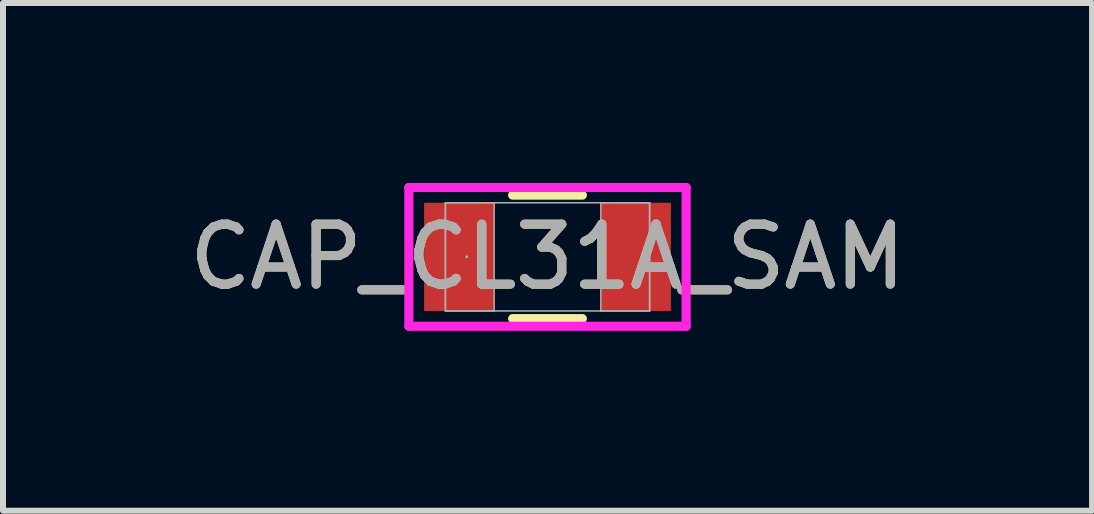
<source format=kicad_pcb>
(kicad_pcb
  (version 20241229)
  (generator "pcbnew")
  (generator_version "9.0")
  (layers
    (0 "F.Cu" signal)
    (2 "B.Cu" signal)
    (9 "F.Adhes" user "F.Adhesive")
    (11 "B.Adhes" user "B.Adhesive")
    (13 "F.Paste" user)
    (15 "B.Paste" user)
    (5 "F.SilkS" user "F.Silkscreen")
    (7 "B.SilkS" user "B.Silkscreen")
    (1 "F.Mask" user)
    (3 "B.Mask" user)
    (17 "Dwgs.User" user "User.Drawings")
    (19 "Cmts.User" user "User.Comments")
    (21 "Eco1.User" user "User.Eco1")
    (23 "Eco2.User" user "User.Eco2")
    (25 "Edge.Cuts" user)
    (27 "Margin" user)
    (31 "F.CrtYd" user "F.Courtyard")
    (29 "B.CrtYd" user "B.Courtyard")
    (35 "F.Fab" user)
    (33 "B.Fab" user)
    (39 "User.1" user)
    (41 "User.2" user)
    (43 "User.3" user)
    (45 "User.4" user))
  (footprint "CAP_CL31A_SAM"
    (layer "F.Cu")
    (at 6.077 1.232)
    (property "Reference" "CAP_CL31A_SAM" (at 0 0 0) (unlocked yes) (layer "F.SilkS") (effects (font (size 1 1) (thickness 0.15))))
    (attr smd)
    (fp_line (start -0.581 1.029) (end 0.581 1.029) (stroke (width 0.152) (type solid)) (layer "F.SilkS"))
    (fp_line (start 0.581 -1.029) (end -0.581 -1.029) (stroke (width 0.152) (type solid)) (layer "F.SilkS"))
    (fp_line (start -2.311 -1.156) (end 2.311 -1.156) (stroke (width 0.152) (type solid)) (layer "F.CrtYd"))
    (fp_line (start -2.311 1.156) (end -2.311 -1.156) (stroke (width 0.152) (type solid)) (layer "F.CrtYd"))
    (fp_line (start 2.311 -1.156) (end 2.311 1.156) (stroke (width 0.152) (type solid)) (layer "F.CrtYd"))
    (fp_line (start 2.311 1.156) (end -2.311 1.156) (stroke (width 0.152) (type solid)) (layer "F.CrtYd"))
    (fp_line (start -1.702 -0.902) (end -1.702 0.902) (stroke (width 0.025) (type solid)) (layer "F.Fab"))
    (fp_line (start -1.702 -0.902) (end -1.702 0.902) (stroke (width 0.025) (type solid)) (layer "F.Fab"))
    (fp_line (start -1.702 0.902) (end -0.889 0.902) (stroke (width 0.025) (type solid)) (layer "F.Fab"))
    (fp_line (start -1.702 0.902) (end 1.702 0.902) (stroke (width 0.025) (type solid)) (layer "F.Fab"))
    (fp_line (start -0.889 -0.902) (end -1.702 -0.902) (stroke (width 0.025) (type solid)) (layer "F.Fab"))
    (fp_line (start -0.889 0.902) (end -0.889 -0.902) (stroke (width 0.025) (type solid)) (layer "F.Fab"))
    (fp_line (start 0.889 -0.902) (end 0.889 0.902) (stroke (width 0.025) (type solid)) (layer "F.Fab"))
    (fp_line (start 0.889 0.902) (end 1.702 0.902) (stroke (width 0.025) (type solid)) (layer "F.Fab"))
    (fp_line (start 1.702 -0.902) (end -1.702 -0.902) (stroke (width 0.025) (type solid)) (layer "F.Fab"))
    (fp_line (start 1.702 -0.902) (end 0.889 -0.902) (stroke (width 0.025) (type solid)) (layer "F.Fab"))
    (fp_line (start 1.702 0.902) (end 1.702 -0.902) (stroke (width 0.025) (type solid)) (layer "F.Fab"))
    (fp_line (start 1.702 0.902) (end 1.702 -0.902) (stroke (width 0.025) (type solid)) (layer "F.Fab"))
    (fp_circle (center -1.346 0) (end -1.346 0) (stroke (width 0.025) (type solid)) (fill no) (layer "F.Fab"))
    (fp_text user "${REFERENCE}" (at 0 0 0) (unlocked yes) (layer "F.Fab") (effects (font (size 1 1) (thickness 0.15))))
    (pad "1" smd rect (at -1.473 0) (size 1.168 1.803) (layers "F.Cu" "F.Mask" "F.Paste"))
    (pad "2" smd rect (at 1.473 0) (size 1.168 1.803) (layers "F.Cu" "F.Mask" "F.Paste"))
    (zone (net_name "") (layer "F.Cu") (hatch full 0.508) (connect_pads) (min_thickness 0.254) (filled_areas_thickness no) (keepout (tracks not_allowed) (vias not_allowed) (pads allowed) (copperpour not_allowed) (footprints allowed)) (placement (enabled no)) (fill) (polygon (pts (xy 5.239 0.381) (xy 6.916 0.381) (xy 6.916 2.083) (xy 5.239 2.083)))))
  (gr_rect
    (start -3 -3)
    (end 15.155 5.464)
    (stroke (width 0.1) (type default))
    (fill no)
    (layer "Edge.Cuts")))
</source>
